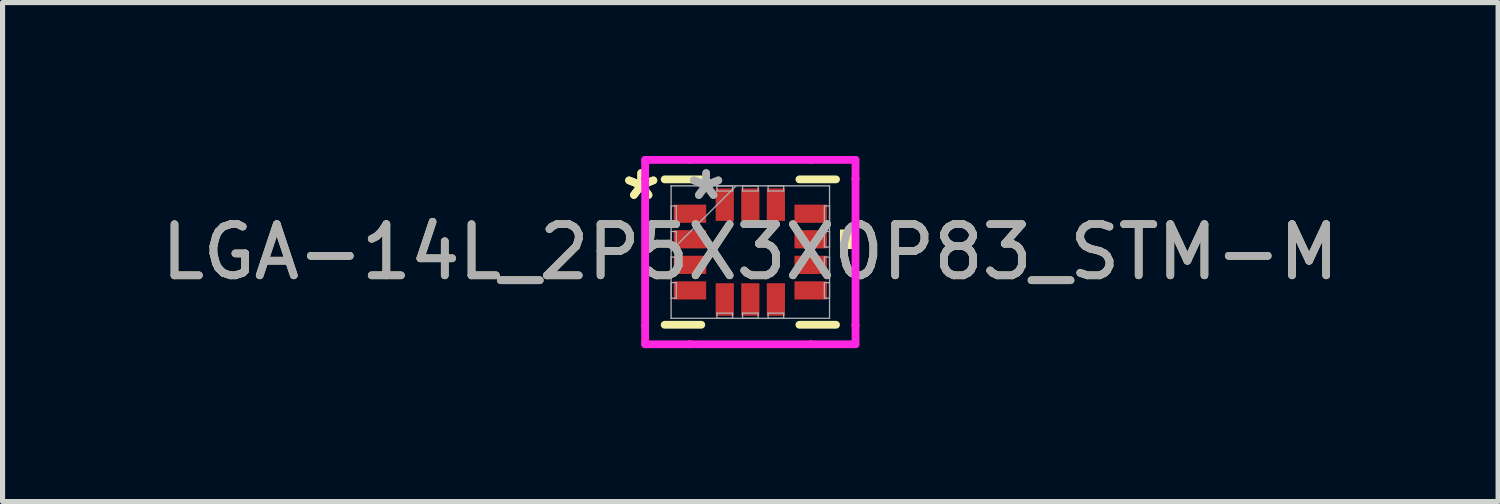
<source format=kicad_pcb>
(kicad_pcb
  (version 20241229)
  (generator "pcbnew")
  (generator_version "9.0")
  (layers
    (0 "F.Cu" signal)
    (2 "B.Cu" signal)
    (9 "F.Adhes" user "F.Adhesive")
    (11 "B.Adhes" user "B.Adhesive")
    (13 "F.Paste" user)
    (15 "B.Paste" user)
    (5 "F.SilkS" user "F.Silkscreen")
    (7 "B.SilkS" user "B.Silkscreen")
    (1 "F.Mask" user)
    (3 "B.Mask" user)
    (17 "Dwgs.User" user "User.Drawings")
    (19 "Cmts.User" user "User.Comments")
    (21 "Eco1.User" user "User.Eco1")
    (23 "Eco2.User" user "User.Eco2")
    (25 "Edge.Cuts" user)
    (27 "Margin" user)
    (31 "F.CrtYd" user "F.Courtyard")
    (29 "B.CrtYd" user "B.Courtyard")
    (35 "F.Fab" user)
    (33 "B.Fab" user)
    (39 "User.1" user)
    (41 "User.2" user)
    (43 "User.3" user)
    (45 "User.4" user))
  (footprint "LGA-14L_2P5X3X0P83_STM-M"
    (layer "F.Cu")
    (at 11.625 1.88)
    (property "Reference" "LGA-14L_2P5X3X0P83_STM-M" (at 0 0 0) (unlocked yes) (layer "F.SilkS") (effects (font (size 1 1) (thickness 0.15))))
    (attr smd)
    (fp_line (start -1.676 1.422) (end -0.959 1.422) (stroke (width 0.152) (type solid)) (layer "F.SilkS"))
    (fp_line (start -0.959 -1.422) (end -1.676 -1.422) (stroke (width 0.152) (type solid)) (layer "F.SilkS"))
    (fp_line (start 0.959 1.422) (end 1.676 1.422) (stroke (width 0.152) (type solid)) (layer "F.SilkS"))
    (fp_line (start 1.676 -1.422) (end 0.959 -1.422) (stroke (width 0.152) (type solid)) (layer "F.SilkS"))
    (fp_poly (pts (xy 2.007 -0.441) (xy 2.007 -0.059) (xy 1.753 -0.059) (xy 1.753 -0.441)) (stroke (width 0) (type solid)) (fill yes) (layer "F.SilkS"))
    (fp_line (start -2.057 -1.803) (end -1.186 -1.803) (stroke (width 0.152) (type solid)) (layer "F.CrtYd"))
    (fp_line (start -2.057 -1.436) (end -2.057 -1.803) (stroke (width 0.152) (type solid)) (layer "F.CrtYd"))
    (fp_line (start -2.057 -1.436) (end -2.057 -1.436) (stroke (width 0.152) (type solid)) (layer "F.CrtYd"))
    (fp_line (start -2.057 1.436) (end -2.057 -1.436) (stroke (width 0.152) (type solid)) (layer "F.CrtYd"))
    (fp_line (start -2.057 1.436) (end -2.057 1.436) (stroke (width 0.152) (type solid)) (layer "F.CrtYd"))
    (fp_line (start -2.057 1.803) (end -2.057 1.436) (stroke (width 0.152) (type solid)) (layer "F.CrtYd"))
    (fp_line (start -1.186 -1.803) (end -1.186 -1.803) (stroke (width 0.152) (type solid)) (layer "F.CrtYd"))
    (fp_line (start -1.186 -1.803) (end 1.186 -1.803) (stroke (width 0.152) (type solid)) (layer "F.CrtYd"))
    (fp_line (start -1.186 1.803) (end -2.057 1.803) (stroke (width 0.152) (type solid)) (layer "F.CrtYd"))
    (fp_line (start -1.186 1.803) (end -1.186 1.803) (stroke (width 0.152) (type solid)) (layer "F.CrtYd"))
    (fp_line (start 1.186 -1.803) (end 1.186 -1.803) (stroke (width 0.152) (type solid)) (layer "F.CrtYd"))
    (fp_line (start 1.186 -1.803) (end 2.057 -1.803) (stroke (width 0.152) (type solid)) (layer "F.CrtYd"))
    (fp_line (start 1.186 1.803) (end -1.186 1.803) (stroke (width 0.152) (type solid)) (layer "F.CrtYd"))
    (fp_line (start 1.186 1.803) (end 1.186 1.803) (stroke (width 0.152) (type solid)) (layer "F.CrtYd"))
    (fp_line (start 2.057 -1.803) (end 2.057 -1.436) (stroke (width 0.152) (type solid)) (layer "F.CrtYd"))
    (fp_line (start 2.057 -1.436) (end 2.057 -1.436) (stroke (width 0.152) (type solid)) (layer "F.CrtYd"))
    (fp_line (start 2.057 -1.436) (end 2.057 1.436) (stroke (width 0.152) (type solid)) (layer "F.CrtYd"))
    (fp_line (start 2.057 1.436) (end 2.057 1.436) (stroke (width 0.152) (type solid)) (layer "F.CrtYd"))
    (fp_line (start 2.057 1.436) (end 2.057 1.803) (stroke (width 0.152) (type solid)) (layer "F.CrtYd"))
    (fp_line (start 2.057 1.803) (end 1.186 1.803) (stroke (width 0.152) (type solid)) (layer "F.CrtYd"))
    (fp_line (start -1.549 -1.295) (end -1.549 -1.295) (stroke (width 0.025) (type solid)) (layer "F.Fab"))
    (fp_line (start -1.549 -1.295) (end -1.549 1.295) (stroke (width 0.025) (type solid)) (layer "F.Fab"))
    (fp_line (start -1.549 -0.902) (end -1.448 -0.902) (stroke (width 0.025) (type solid)) (layer "F.Fab"))
    (fp_line (start -1.549 -0.598) (end -1.549 -0.902) (stroke (width 0.025) (type solid)) (layer "F.Fab"))
    (fp_line (start -1.549 -0.402) (end -1.448 -0.402) (stroke (width 0.025) (type solid)) (layer "F.Fab"))
    (fp_line (start -1.549 -0.098) (end -1.549 -0.402) (stroke (width 0.025) (type solid)) (layer "F.Fab"))
    (fp_line (start -1.549 -0.025) (end -0.279 -1.295) (stroke (width 0.025) (type solid)) (layer "F.Fab"))
    (fp_line (start -1.549 0.098) (end -1.448 0.098) (stroke (width 0.025) (type solid)) (layer "F.Fab"))
    (fp_line (start -1.549 0.402) (end -1.549 0.098) (stroke (width 0.025) (type solid)) (layer "F.Fab"))
    (fp_line (start -1.549 0.598) (end -1.448 0.598) (stroke (width 0.025) (type solid)) (layer "F.Fab"))
    (fp_line (start -1.549 0.902) (end -1.549 0.598) (stroke (width 0.025) (type solid)) (layer "F.Fab"))
    (fp_line (start -1.549 1.295) (end -1.549 1.295) (stroke (width 0.025) (type solid)) (layer "F.Fab"))
    (fp_line (start -1.549 1.295) (end 1.549 1.295) (stroke (width 0.025) (type solid)) (layer "F.Fab"))
    (fp_line (start -1.448 -0.902) (end -1.448 -0.598) (stroke (width 0.025) (type solid)) (layer "F.Fab"))
    (fp_line (start -1.448 -0.598) (end -1.549 -0.598) (stroke (width 0.025) (type solid)) (layer "F.Fab"))
    (fp_line (start -1.448 -0.402) (end -1.448 -0.098) (stroke (width 0.025) (type solid)) (layer "F.Fab"))
    (fp_line (start -1.448 -0.098) (end -1.549 -0.098) (stroke (width 0.025) (type solid)) (layer "F.Fab"))
    (fp_line (start -1.448 0.098) (end -1.448 0.402) (stroke (width 0.025) (type solid)) (layer "F.Fab"))
    (fp_line (start -1.448 0.402) (end -1.549 0.402) (stroke (width 0.025) (type solid)) (layer "F.Fab"))
    (fp_line (start -1.448 0.598) (end -1.448 0.902) (stroke (width 0.025) (type solid)) (layer "F.Fab"))
    (fp_line (start -1.448 0.902) (end -1.549 0.902) (stroke (width 0.025) (type solid)) (layer "F.Fab"))
    (fp_line (start -0.652 -1.295) (end -0.348 -1.295) (stroke (width 0.025) (type solid)) (layer "F.Fab"))
    (fp_line (start -0.652 -1.194) (end -0.652 -1.295) (stroke (width 0.025) (type solid)) (layer "F.Fab"))
    (fp_line (start -0.652 1.194) (end -0.348 1.194) (stroke (width 0.025) (type solid)) (layer "F.Fab"))
    (fp_line (start -0.652 1.295) (end -0.652 1.194) (stroke (width 0.025) (type solid)) (layer "F.Fab"))
    (fp_line (start -0.348 -1.295) (end -0.348 -1.194) (stroke (width 0.025) (type solid)) (layer "F.Fab"))
    (fp_line (start -0.348 -1.194) (end -0.652 -1.194) (stroke (width 0.025) (type solid)) (layer "F.Fab"))
    (fp_line (start -0.348 1.194) (end -0.348 1.295) (stroke (width 0.025) (type solid)) (layer "F.Fab"))
    (fp_line (start -0.348 1.295) (end -0.652 1.295) (stroke (width 0.025) (type solid)) (layer "F.Fab"))
    (fp_line (start -0.152 -1.295) (end 0.152 -1.295) (stroke (width 0.025) (type solid)) (layer "F.Fab"))
    (fp_line (start -0.152 -1.194) (end -0.152 -1.295) (stroke (width 0.025) (type solid)) (layer "F.Fab"))
    (fp_line (start -0.152 1.194) (end 0.152 1.194) (stroke (width 0.025) (type solid)) (layer "F.Fab"))
    (fp_line (start -0.152 1.295) (end -0.152 1.194) (stroke (width 0.025) (type solid)) (layer "F.Fab"))
    (fp_line (start 0.152 -1.295) (end 0.152 -1.194) (stroke (width 0.025) (type solid)) (layer "F.Fab"))
    (fp_line (start 0.152 -1.194) (end -0.152 -1.194) (stroke (width 0.025) (type solid)) (layer "F.Fab"))
    (fp_line (start 0.152 1.194) (end 0.152 1.295) (stroke (width 0.025) (type solid)) (layer "F.Fab"))
    (fp_line (start 0.152 1.295) (end -0.152 1.295) (stroke (width 0.025) (type solid)) (layer "F.Fab"))
    (fp_line (start 0.348 -1.295) (end 0.652 -1.295) (stroke (width 0.025) (type solid)) (layer "F.Fab"))
    (fp_line (start 0.348 -1.194) (end 0.348 -1.295) (stroke (width 0.025) (type solid)) (layer "F.Fab"))
    (fp_line (start 0.348 1.194) (end 0.652 1.194) (stroke (width 0.025) (type solid)) (layer "F.Fab"))
    (fp_line (start 0.348 1.295) (end 0.348 1.194) (stroke (width 0.025) (type solid)) (layer "F.Fab"))
    (fp_line (start 0.652 -1.295) (end 0.652 -1.194) (stroke (width 0.025) (type solid)) (layer "F.Fab"))
    (fp_line (start 0.652 -1.194) (end 0.348 -1.194) (stroke (width 0.025) (type solid)) (layer "F.Fab"))
    (fp_line (start 0.652 1.194) (end 0.652 1.295) (stroke (width 0.025) (type solid)) (layer "F.Fab"))
    (fp_line (start 0.652 1.295) (end 0.348 1.295) (stroke (width 0.025) (type solid)) (layer "F.Fab"))
    (fp_line (start 1.448 -0.902) (end 1.549 -0.902) (stroke (width 0.025) (type solid)) (layer "F.Fab"))
    (fp_line (start 1.448 -0.598) (end 1.448 -0.902) (stroke (width 0.025) (type solid)) (layer "F.Fab"))
    (fp_line (start 1.448 -0.402) (end 1.549 -0.402) (stroke (width 0.025) (type solid)) (layer "F.Fab"))
    (fp_line (start 1.448 -0.098) (end 1.448 -0.402) (stroke (width 0.025) (type solid)) (layer "F.Fab"))
    (fp_line (start 1.448 0.098) (end 1.549 0.098) (stroke (width 0.025) (type solid)) (layer "F.Fab"))
    (fp_line (start 1.448 0.402) (end 1.448 0.098) (stroke (width 0.025) (type solid)) (layer "F.Fab"))
    (fp_line (start 1.448 0.598) (end 1.549 0.598) (stroke (width 0.025) (type solid)) (layer "F.Fab"))
    (fp_line (start 1.448 0.902) (end 1.448 0.598) (stroke (width 0.025) (type solid)) (layer "F.Fab"))
    (fp_line (start 1.549 -1.295) (end -1.549 -1.295) (stroke (width 0.025) (type solid)) (layer "F.Fab"))
    (fp_line (start 1.549 -1.295) (end 1.549 -1.295) (stroke (width 0.025) (type solid)) (layer "F.Fab"))
    (fp_line (start 1.549 -0.902) (end 1.549 -0.598) (stroke (width 0.025) (type solid)) (layer "F.Fab"))
    (fp_line (start 1.549 -0.598) (end 1.448 -0.598) (stroke (width 0.025) (type solid)) (layer "F.Fab"))
    (fp_line (start 1.549 -0.402) (end 1.549 -0.098) (stroke (width 0.025) (type solid)) (layer "F.Fab"))
    (fp_line (start 1.549 -0.098) (end 1.448 -0.098) (stroke (width 0.025) (type solid)) (layer "F.Fab"))
    (fp_line (start 1.549 0.098) (end 1.549 0.402) (stroke (width 0.025) (type solid)) (layer "F.Fab"))
    (fp_line (start 1.549 0.402) (end 1.448 0.402) (stroke (width 0.025) (type solid)) (layer "F.Fab"))
    (fp_line (start 1.549 0.598) (end 1.549 0.902) (stroke (width 0.025) (type solid)) (layer "F.Fab"))
    (fp_line (start 1.549 0.902) (end 1.448 0.902) (stroke (width 0.025) (type solid)) (layer "F.Fab"))
    (fp_line (start 1.549 1.295) (end 1.549 -1.295) (stroke (width 0.025) (type solid)) (layer "F.Fab"))
    (fp_line (start 1.549 1.295) (end 1.549 1.295) (stroke (width 0.025) (type solid)) (layer "F.Fab"))
    (fp_text user "*" (at -2.134 -1 0) (layer "F.SilkS") (effects (font (size 1 1) (thickness 0.15))))
    (fp_text user "*" (at -2.134 -1 0) (unlocked yes) (layer "F.SilkS") (effects (font (size 1 1) (thickness 0.15))))
    (fp_text user "${REFERENCE}" (at 0 0 0) (unlocked yes) (layer "F.Fab") (effects (font (size 1 1) (thickness 0.15))))
    (fp_text user "*" (at -0.864 -1 0) (unlocked yes) (layer "F.Fab") (effects (font (size 1 1) (thickness 0.15))))
    (fp_text user "*" (at -0.864 -1 0) (layer "F.Fab") (effects (font (size 1 1) (thickness 0.15))))
    (pad "1" smd rect (at -1.181 -0.75 90) (size 0.356 0.635) (layers "F.Cu" "F.Mask" "F.Paste"))
    (pad "2" smd rect (at -1.181 -0.25 90) (size 0.356 0.635) (layers "F.Cu" "F.Mask" "F.Paste"))
    (pad "3" smd rect (at -1.181 0.25 90) (size 0.356 0.635) (layers "F.Cu" "F.Mask" "F.Paste"))
    (pad "4" smd rect (at -1.181 0.75 90) (size 0.356 0.635) (layers "F.Cu" "F.Mask" "F.Paste"))
    (pad "5" smd rect (at -0.5 0.927) (size 0.356 0.635) (layers "F.Cu" "F.Mask" "F.Paste"))
    (pad "6" smd rect (at 0 0.927) (size 0.356 0.635) (layers "F.Cu" "F.Mask" "F.Paste"))
    (pad "7" smd rect (at 0.5 0.927) (size 0.356 0.635) (layers "F.Cu" "F.Mask" "F.Paste"))
    (pad "8" smd rect (at 1.181 0.75 90) (size 0.356 0.635) (layers "F.Cu" "F.Mask" "F.Paste"))
    (pad "9" smd rect (at 1.181 0.25 90) (size 0.356 0.635) (layers "F.Cu" "F.Mask" "F.Paste"))
    (pad "10" smd rect (at 1.181 -0.25 90) (size 0.356 0.635) (layers "F.Cu" "F.Mask" "F.Paste"))
    (pad "11" smd rect (at 1.181 -0.75 90) (size 0.356 0.635) (layers "F.Cu" "F.Mask" "F.Paste"))
    (pad "12" smd rect (at 0.5 -0.927) (size 0.356 0.635) (layers "F.Cu" "F.Mask" "F.Paste"))
    (pad "13" smd rect (at 0 -0.927) (size 0.356 0.635) (layers "F.Cu" "F.Mask" "F.Paste"))
    (pad "14" smd rect (at -0.5 -0.927) (size 0.356 0.635) (layers "F.Cu" "F.Mask" "F.Paste")))
  (gr_rect
    (start -3 -3)
    (end 26.25 6.759)
    (stroke (width 0.1) (type default))
    (fill no)
    (layer "Edge.Cuts")))
</source>
